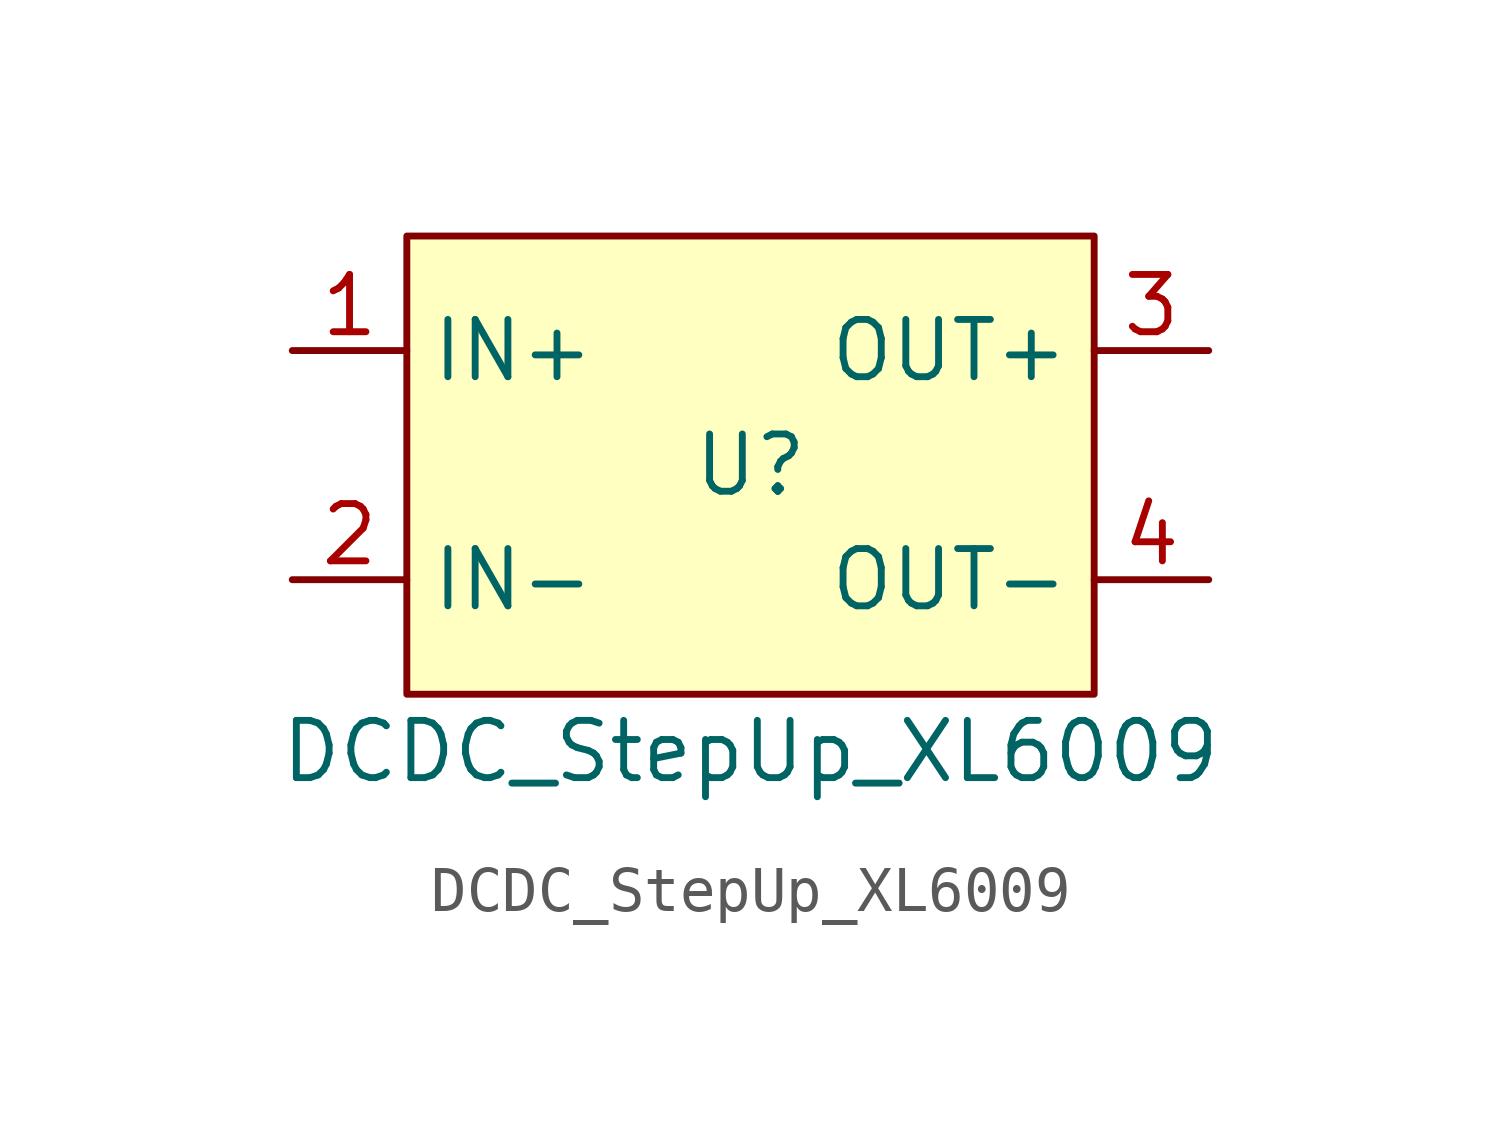
<source format=kicad_sym>
(kicad_symbol_lib
  (version 20220914)
  (generator kicad_symbol_editor)
  (symbol "DCDC_StepUp_XL6009"
    (property "Reference" "U"
      (at 7.62 -5.08 0)
      (effects (font (size 1.27 1.27))))
    (property "Value" "DCDC_StepUp_XL6009"
      (at 7.62 -11.43 0)
      (effects (font (size 1.27 1.27))))
    (symbol "DCDC_StepUp_XL6009_1_1"
      (rectangle (start 0 0) (end 15.24 -10.16) (stroke (width 0) (type default)) (fill (type background)))
      (pin input line (at -2.54 -2.54 0) (length 2.54) (name "IN+" (effects (font (size 1.27 1.27)))) (number "1" (effects (font (size 1.27 1.27)))))
      (pin input line (at -2.54 -7.62 0) (length 2.54) (name "IN-" (effects (font (size 1.27 1.27)))) (number "2" (effects (font (size 1.27 1.27)))))
      (pin output line (at 17.78 -2.54 180) (length 2.54) (name "OUT+" (effects (font (size 1.27 1.27)))) (number "3" (effects (font (size 1.27 1.27)))))
      (pin output line (at 17.78 -7.62 180) (length 2.54) (name "OUT-" (effects (font (size 1.27 1.27)))) (number "4" (effects (font (size 1.27 1.27))))))))
</source>
